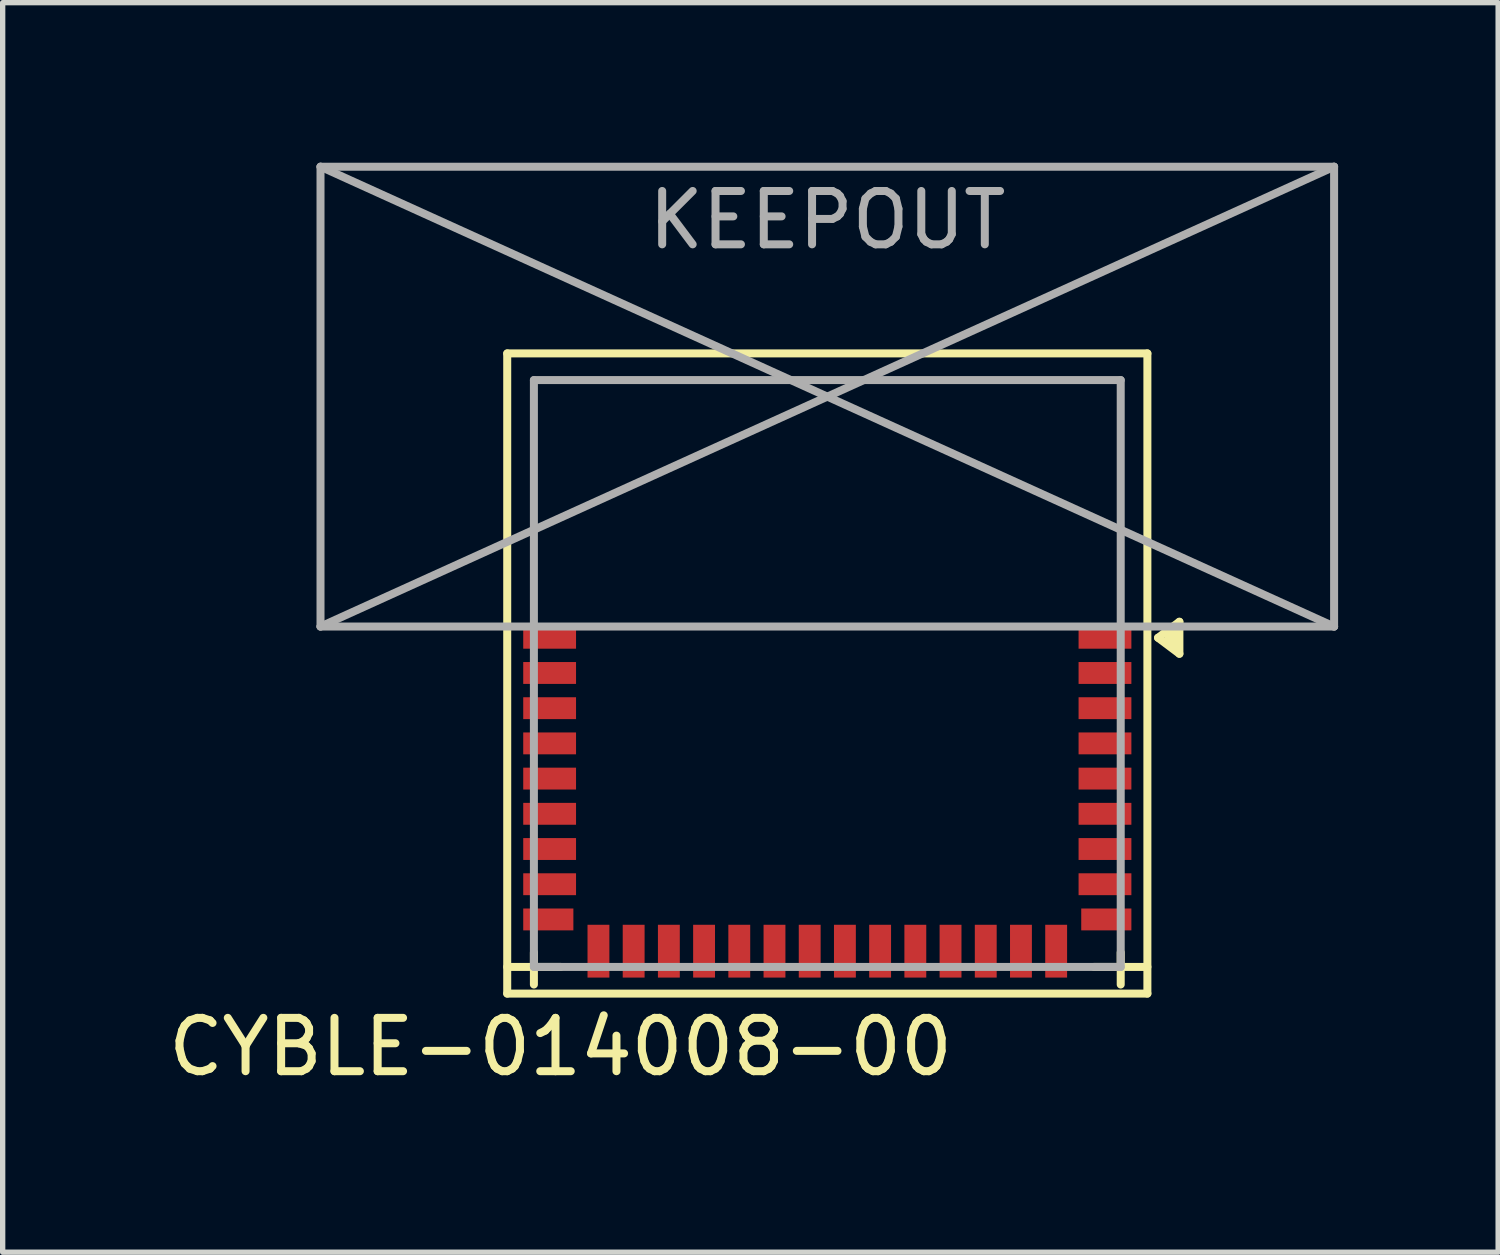
<source format=kicad_pcb>
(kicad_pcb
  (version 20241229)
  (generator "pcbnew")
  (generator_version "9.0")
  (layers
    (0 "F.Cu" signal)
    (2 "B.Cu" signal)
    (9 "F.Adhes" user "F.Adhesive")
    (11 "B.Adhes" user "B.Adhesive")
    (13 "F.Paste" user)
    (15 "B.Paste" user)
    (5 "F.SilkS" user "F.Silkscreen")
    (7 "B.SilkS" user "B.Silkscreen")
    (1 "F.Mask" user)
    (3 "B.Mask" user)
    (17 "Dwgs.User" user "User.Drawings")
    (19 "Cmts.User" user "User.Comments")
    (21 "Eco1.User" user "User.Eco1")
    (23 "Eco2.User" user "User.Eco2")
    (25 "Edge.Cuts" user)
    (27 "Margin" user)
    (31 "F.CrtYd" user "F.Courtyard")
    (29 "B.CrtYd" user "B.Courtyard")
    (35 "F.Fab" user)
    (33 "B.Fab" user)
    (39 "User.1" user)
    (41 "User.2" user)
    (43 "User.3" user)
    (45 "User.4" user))
  (footprint "CYBLE-014008-00"
    (layer "F.Cu")
    (at 12.458 8.905)
    (property "Reference" "CYBLE-014008-00" (at -5 7.67 0) (layer "F.SilkS") (effects (font (size 1 1) (thickness 0.15))))
    (attr through_hole)
    (fp_line (start -6 -5.33) (end -6 6.67) (stroke (width 0.15) (type solid)) (layer "F.SilkS"))
    (fp_line (start -6 6.67) (end 6 6.67) (stroke (width 0.15) (type solid)) (layer "F.SilkS"))
    (fp_line (start -5.5 5.9) (end -5.5 6.5) (stroke (width 0.15) (type solid)) (layer "F.SilkS"))
    (fp_line (start -5 6.17) (end -6 6.17) (stroke (width 0.15) (type solid)) (layer "F.SilkS"))
    (fp_line (start 5.5 5.9) (end 5.5 6.5) (stroke (width 0.15) (type solid)) (layer "F.SilkS"))
    (fp_line (start 6 -5.33) (end -6 -5.33) (stroke (width 0.15) (type solid)) (layer "F.SilkS"))
    (fp_line (start 6 6.17) (end 5 6.17) (stroke (width 0.15) (type solid)) (layer "F.SilkS"))
    (fp_line (start 6 6.67) (end 6 -5.33) (stroke (width 0.15) (type solid)) (layer "F.SilkS"))
    (fp_line (start 6.2 0) (end 6.6 -0.3) (stroke (width 0.15) (type solid)) (layer "F.SilkS"))
    (fp_line (start 6.4 -0.1) (end 6.4 0.1) (stroke (width 0.15) (type solid)) (layer "F.SilkS"))
    (fp_line (start 6.5 -0.2) (end 6.5 0.2) (stroke (width 0.15) (type solid)) (layer "F.SilkS"))
    (fp_line (start 6.6 -0.3) (end 6.6 0.3) (stroke (width 0.15) (type solid)) (layer "F.SilkS"))
    (fp_line (start 6.6 0.3) (end 6.2 0) (stroke (width 0.15) (type solid)) (layer "F.SilkS"))
    (fp_line (start -9.5 -8.83) (end -9.5 -0.21) (stroke (width 0.15) (type solid)) (layer "F.Fab"))
    (fp_line (start -9.5 -8.83) (end 9.5 -0.21) (stroke (width 0.15) (type solid)) (layer "F.Fab"))
    (fp_line (start -9.5 -0.21) (end 9.5 -8.83) (stroke (width 0.15) (type solid)) (layer "F.Fab"))
    (fp_line (start -9.5 -0.21) (end 9.5 -0.21) (stroke (width 0.15) (type solid)) (layer "F.Fab"))
    (fp_line (start -5.5 -4.83) (end 5.5 -4.83) (stroke (width 0.15) (type solid)) (layer "F.Fab"))
    (fp_line (start -5.5 6.17) (end -5.5 -4.83) (stroke (width 0.15) (type solid)) (layer "F.Fab"))
    (fp_line (start 5.5 -4.83) (end 5.5 6.17) (stroke (width 0.15) (type solid)) (layer "F.Fab"))
    (fp_line (start 5.5 6.17) (end -5.5 6.17) (stroke (width 0.15) (type solid)) (layer "F.Fab"))
    (fp_line (start 9.5 -8.83) (end -9.5 -8.83) (stroke (width 0.15) (type solid)) (layer "F.Fab"))
    (fp_line (start 9.5 -0.21) (end 9.5 -8.83) (stroke (width 0.15) (type solid)) (layer "F.Fab"))
    (fp_text user "KEEPOUT" (at 0 -7.83 0) (layer "F.Fab") (effects (font (size 1 1) (thickness 0.15))))
    (pad "1" smd rect (at 5.205 0) (size 0.99 0.41) (layers "F.Cu" "F.Mask" "F.Paste"))
    (pad "2" smd rect (at 5.205 0.66) (size 0.99 0.41) (layers "F.Cu" "F.Mask" "F.Paste"))
    (pad "3" smd rect (at 5.205 1.32) (size 0.99 0.41) (layers "F.Cu" "F.Mask" "F.Paste"))
    (pad "4" smd rect (at 5.205 1.98) (size 0.99 0.41) (layers "F.Cu" "F.Mask" "F.Paste"))
    (pad "5" smd rect (at 5.205 2.64) (size 0.99 0.41) (layers "F.Cu" "F.Mask" "F.Paste"))
    (pad "6" smd rect (at 5.205 3.3) (size 0.99 0.41) (layers "F.Cu" "F.Mask" "F.Paste"))
    (pad "7" smd rect (at 5.205 3.96) (size 0.99 0.41) (layers "F.Cu" "F.Mask" "F.Paste"))
    (pad "8" smd rect (at 5.205 4.62) (size 0.99 0.41) (layers "F.Cu" "F.Mask" "F.Paste"))
    (pad "9" smd rect (at 5.23 5.28) (size 0.94 0.41) (layers "F.Cu" "F.Mask" "F.Paste"))
    (pad "10" smd rect (at 4.29 5.875) (size 0.41 0.99) (layers "F.Cu" "F.Mask" "F.Paste"))
    (pad "11" smd rect (at 3.63 5.875) (size 0.41 0.99) (layers "F.Cu" "F.Mask" "F.Paste"))
    (pad "12" smd rect (at 2.97 5.875) (size 0.41 0.99) (layers "F.Cu" "F.Mask" "F.Paste"))
    (pad "13" smd rect (at 2.31 5.875) (size 0.41 0.99) (layers "F.Cu" "F.Mask" "F.Paste"))
    (pad "14" smd rect (at 1.65 5.875) (size 0.41 0.99) (layers "F.Cu" "F.Mask" "F.Paste"))
    (pad "15" smd rect (at 0.99 5.875) (size 0.41 0.99) (layers "F.Cu" "F.Mask" "F.Paste"))
    (pad "16" smd rect (at 0.33 5.875) (size 0.41 0.99) (layers "F.Cu" "F.Mask" "F.Paste"))
    (pad "17" smd rect (at -0.33 5.875) (size 0.41 0.99) (layers "F.Cu" "F.Mask" "F.Paste"))
    (pad "18" smd rect (at -0.99 5.875) (size 0.41 0.99) (layers "F.Cu" "F.Mask" "F.Paste"))
    (pad "19" smd rect (at -1.65 5.875) (size 0.41 0.99) (layers "F.Cu" "F.Mask" "F.Paste"))
    (pad "20" smd rect (at -2.31 5.875) (size 0.41 0.99) (layers "F.Cu" "F.Mask" "F.Paste"))
    (pad "21" smd rect (at -2.97 5.875) (size 0.41 0.99) (layers "F.Cu" "F.Mask" "F.Paste"))
    (pad "22" smd rect (at -3.63 5.875) (size 0.41 0.99) (layers "F.Cu" "F.Mask" "F.Paste"))
    (pad "23" smd rect (at -4.29 5.875) (size 0.41 0.99) (layers "F.Cu" "F.Mask" "F.Paste"))
    (pad "24" smd rect (at -5.23 5.28) (size 0.94 0.41) (layers "F.Cu" "F.Mask" "F.Paste"))
    (pad "25" smd rect (at -5.205 4.62) (size 0.99 0.41) (layers "F.Cu" "F.Mask" "F.Paste"))
    (pad "26" smd rect (at -5.205 3.96) (size 0.99 0.41) (layers "F.Cu" "F.Mask" "F.Paste"))
    (pad "27" smd rect (at -5.205 3.3) (size 0.99 0.41) (layers "F.Cu" "F.Mask" "F.Paste"))
    (pad "28" smd rect (at -5.205 2.64) (size 0.99 0.41) (layers "F.Cu" "F.Mask" "F.Paste"))
    (pad "29" smd rect (at -5.205 1.98) (size 0.99 0.41) (layers "F.Cu" "F.Mask" "F.Paste"))
    (pad "30" smd rect (at -5.205 1.32) (size 0.99 0.41) (layers "F.Cu" "F.Mask" "F.Paste"))
    (pad "31" smd rect (at -5.205 0.66) (size 0.99 0.41) (layers "F.Cu" "F.Mask" "F.Paste"))
    (pad "32" smd rect (at -5.205 0) (size 0.99 0.41) (layers "F.Cu" "F.Mask" "F.Paste")))
  (gr_rect
    (start -3 -3)
    (end 25.033 20.423)
    (stroke (width 0.1) (type default))
    (fill no)
    (layer "Edge.Cuts")))
</source>
